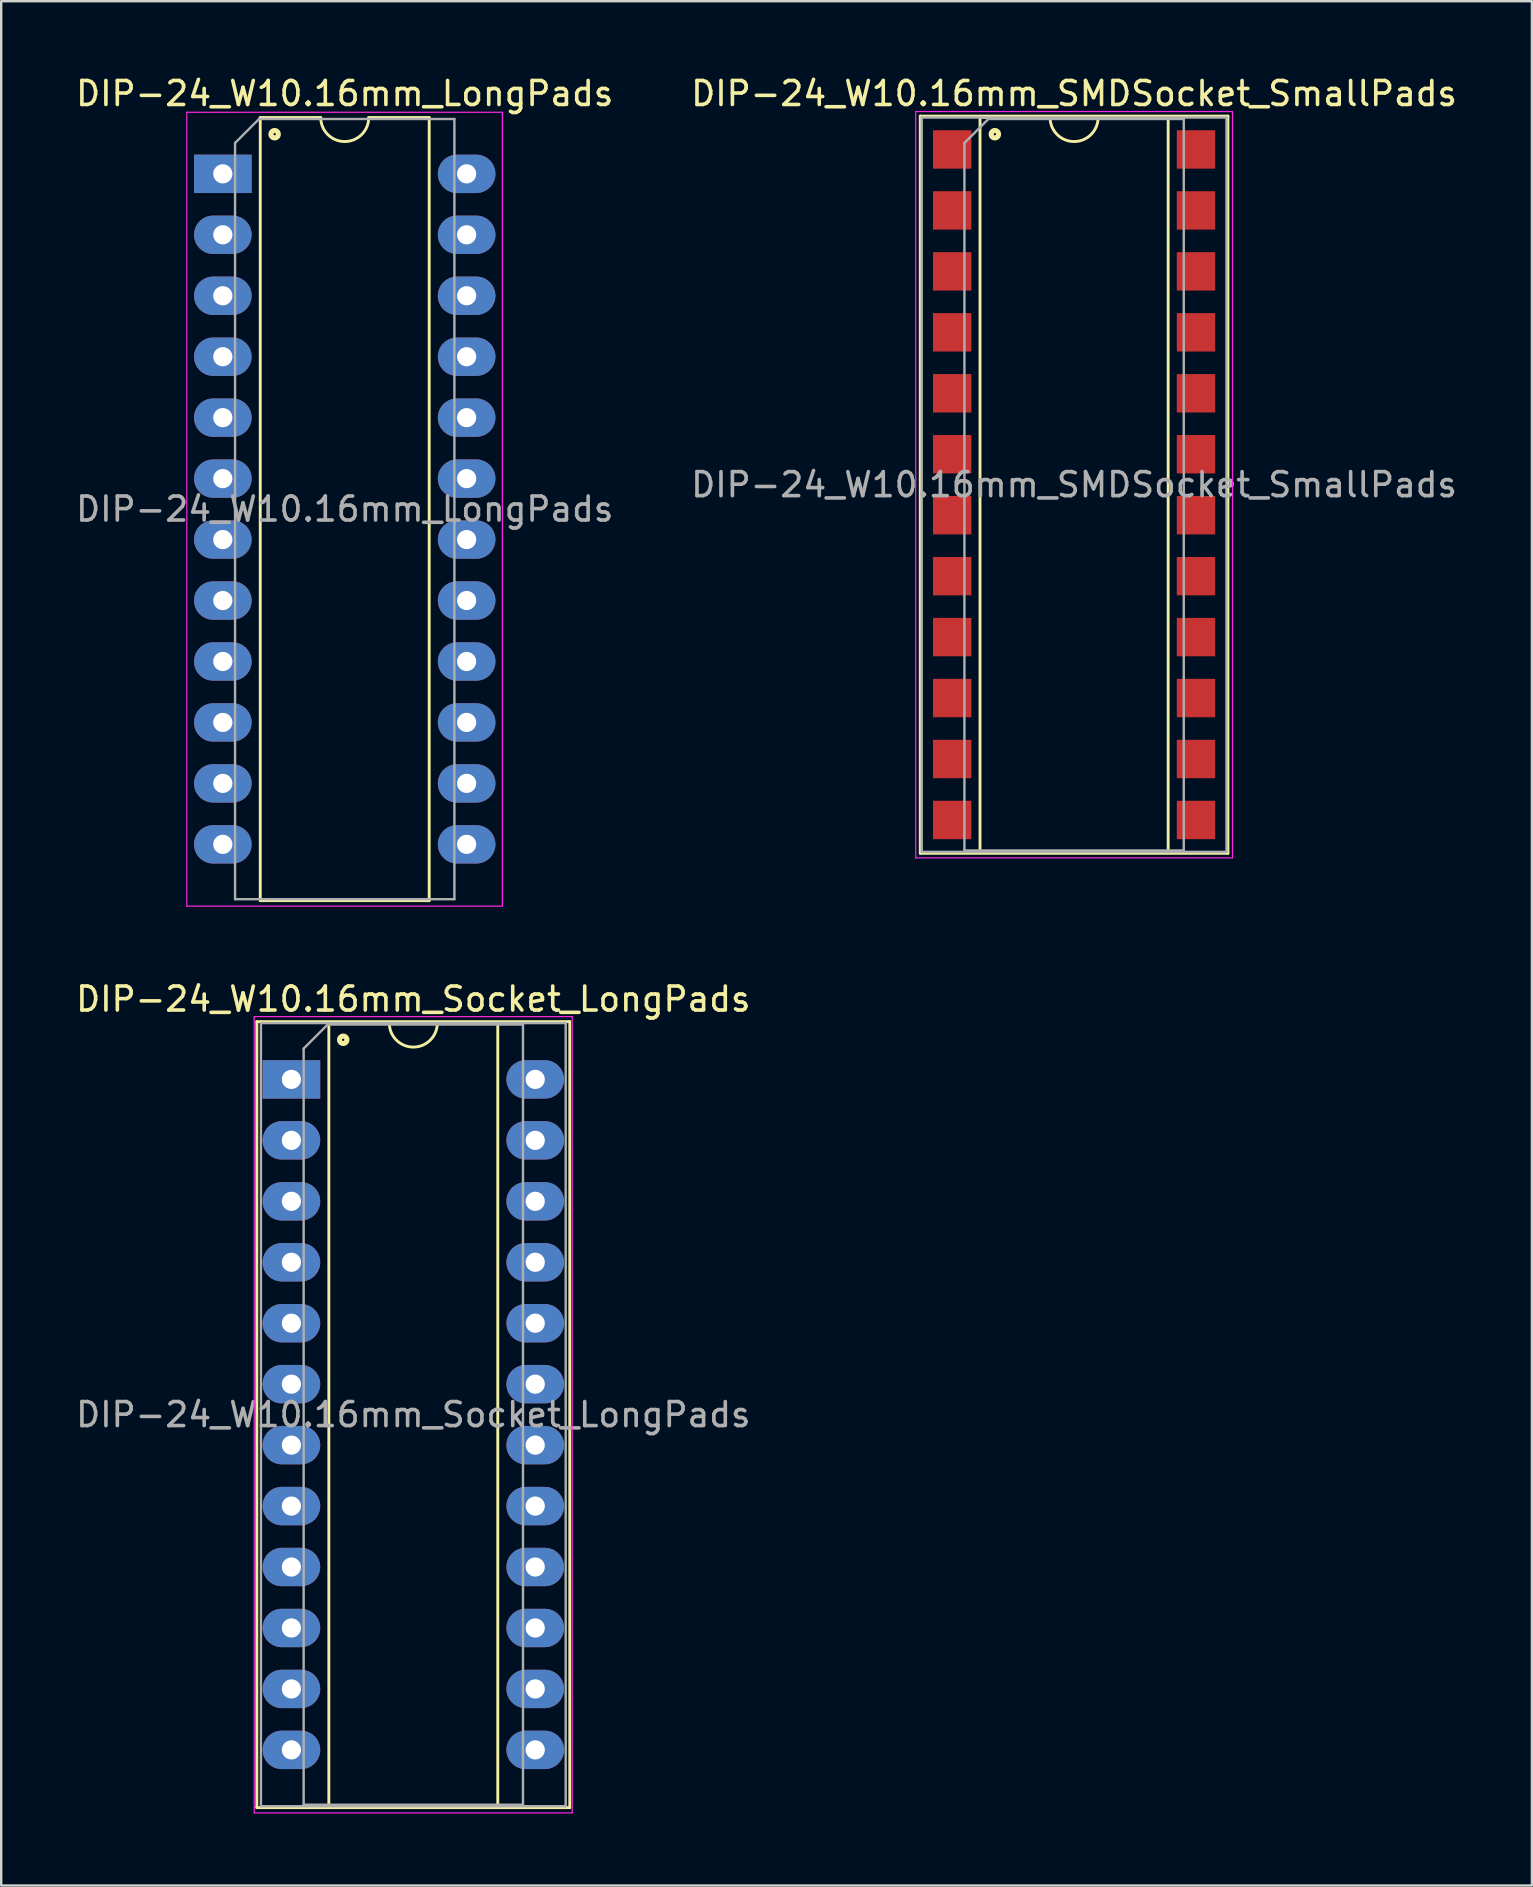
<source format=kicad_pcb>
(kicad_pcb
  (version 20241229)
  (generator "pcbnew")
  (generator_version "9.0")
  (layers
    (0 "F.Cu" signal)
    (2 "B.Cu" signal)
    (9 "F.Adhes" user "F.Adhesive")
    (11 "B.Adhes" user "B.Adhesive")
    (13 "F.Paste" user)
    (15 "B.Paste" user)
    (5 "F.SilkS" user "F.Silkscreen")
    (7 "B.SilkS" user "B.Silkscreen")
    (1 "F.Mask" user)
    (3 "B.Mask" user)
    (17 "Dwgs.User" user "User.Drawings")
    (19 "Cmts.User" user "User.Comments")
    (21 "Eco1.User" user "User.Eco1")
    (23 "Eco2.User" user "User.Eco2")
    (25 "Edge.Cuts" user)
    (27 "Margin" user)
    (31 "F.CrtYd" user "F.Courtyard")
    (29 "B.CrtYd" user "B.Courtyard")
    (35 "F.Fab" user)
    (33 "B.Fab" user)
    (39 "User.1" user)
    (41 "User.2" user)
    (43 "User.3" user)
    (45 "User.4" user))
  (footprint "DIP-24_W10.16mm_SMDSocket_SmallPads"
    (layer "F.Cu")
    (at 41.708 17.148)
    (property "Reference" "DIP-24_W10.16mm_SMDSocket_SmallPads" (at 0 -16.3 0) (layer "F.SilkS") (effects (font (size 1 1) (thickness 0.15))))
    (attr smd)
    (fp_line (start -6.41 -15.36) (end -6.41 15.36) (stroke (width 0.12) (type solid)) (layer "F.SilkS"))
    (fp_line (start -6.41 15.36) (end 6.41 15.36) (stroke (width 0.12) (type solid)) (layer "F.SilkS"))
    (fp_line (start -3.92 -15.3) (end -3.92 15.3) (stroke (width 0.12) (type solid)) (layer "F.SilkS"))
    (fp_line (start -3.92 15.3) (end 3.92 15.3) (stroke (width 0.12) (type solid)) (layer "F.SilkS"))
    (fp_line (start -1 -15.3) (end -3.92 -15.3) (stroke (width 0.12) (type solid)) (layer "F.SilkS"))
    (fp_line (start 3.92 -15.3) (end 1 -15.3) (stroke (width 0.12) (type solid)) (layer "F.SilkS"))
    (fp_line (start 3.92 15.3) (end 3.92 -15.3) (stroke (width 0.12) (type solid)) (layer "F.SilkS"))
    (fp_line (start 6.41 -15.36) (end -6.41 -15.36) (stroke (width 0.12) (type solid)) (layer "F.SilkS"))
    (fp_line (start 6.41 15.36) (end 6.41 -15.36) (stroke (width 0.12) (type solid)) (layer "F.SilkS"))
    (fp_arc (start 1 -15.3) (mid 0 -14.3) (end -1 -15.3) (stroke (width 0.12) (type solid)) (layer "F.SilkS"))
    (fp_circle (center -3.302 -14.605) (end -3.252 -14.605) (stroke (width 0.12) (type solid)) (fill no) (layer "F.SilkS"))
    (fp_circle (center -3.302 -14.605) (end -3.177 -14.605) (stroke (width 0.12) (type solid)) (fill no) (layer "F.SilkS"))
    (fp_circle (center -3.302 -14.605) (end -3.102 -14.605) (stroke (width 0.12) (type solid)) (fill no) (layer "F.SilkS"))
    (fp_line (start -6.6 -15.55) (end -6.6 15.55) (stroke (width 0.05) (type solid)) (layer "F.CrtYd"))
    (fp_line (start -6.6 15.55) (end 6.6 15.55) (stroke (width 0.05) (type solid)) (layer "F.CrtYd"))
    (fp_line (start 6.6 -15.55) (end -6.6 -15.55) (stroke (width 0.05) (type solid)) (layer "F.CrtYd"))
    (fp_line (start 6.6 15.55) (end 6.6 -15.55) (stroke (width 0.05) (type solid)) (layer "F.CrtYd"))
    (fp_line (start -6.35 -15.3) (end -6.35 15.3) (stroke (width 0.1) (type solid)) (layer "F.Fab"))
    (fp_line (start -6.35 15.3) (end 6.35 15.3) (stroke (width 0.1) (type solid)) (layer "F.Fab"))
    (fp_line (start -4.57 -14.24) (end -3.57 -15.24) (stroke (width 0.1) (type solid)) (layer "F.Fab"))
    (fp_line (start -4.57 15.24) (end -4.57 -14.24) (stroke (width 0.1) (type solid)) (layer "F.Fab"))
    (fp_line (start -3.57 -15.24) (end 4.57 -15.24) (stroke (width 0.1) (type solid)) (layer "F.Fab"))
    (fp_line (start 4.57 -15.24) (end 4.57 15.24) (stroke (width 0.1) (type solid)) (layer "F.Fab"))
    (fp_line (start 4.57 15.24) (end -4.57 15.24) (stroke (width 0.1) (type solid)) (layer "F.Fab"))
    (fp_line (start 6.35 -15.3) (end -6.35 -15.3) (stroke (width 0.1) (type solid)) (layer "F.Fab"))
    (fp_line (start 6.35 15.3) (end 6.35 -15.3) (stroke (width 0.1) (type solid)) (layer "F.Fab"))
    (fp_text user "${REFERENCE}" (at 0 0 0) (layer "F.Fab") (effects (font (size 1 1) (thickness 0.15))))
    (pad "1" smd rect (at -5.08 -13.97) (size 1.6 1.6) (layers "F.Cu" "F.Mask" "F.Paste"))
    (pad "2" smd rect (at -5.08 -11.43) (size 1.6 1.6) (layers "F.Cu" "F.Mask" "F.Paste"))
    (pad "3" smd rect (at -5.08 -8.89) (size 1.6 1.6) (layers "F.Cu" "F.Mask" "F.Paste"))
    (pad "4" smd rect (at -5.08 -6.35) (size 1.6 1.6) (layers "F.Cu" "F.Mask" "F.Paste"))
    (pad "5" smd rect (at -5.08 -3.81) (size 1.6 1.6) (layers "F.Cu" "F.Mask" "F.Paste"))
    (pad "6" smd rect (at -5.08 -1.27) (size 1.6 1.6) (layers "F.Cu" "F.Mask" "F.Paste"))
    (pad "7" smd rect (at -5.08 1.27) (size 1.6 1.6) (layers "F.Cu" "F.Mask" "F.Paste"))
    (pad "8" smd rect (at -5.08 3.81) (size 1.6 1.6) (layers "F.Cu" "F.Mask" "F.Paste"))
    (pad "9" smd rect (at -5.08 6.35) (size 1.6 1.6) (layers "F.Cu" "F.Mask" "F.Paste"))
    (pad "10" smd rect (at -5.08 8.89) (size 1.6 1.6) (layers "F.Cu" "F.Mask" "F.Paste"))
    (pad "11" smd rect (at -5.08 11.43) (size 1.6 1.6) (layers "F.Cu" "F.Mask" "F.Paste"))
    (pad "12" smd rect (at -5.08 13.97) (size 1.6 1.6) (layers "F.Cu" "F.Mask" "F.Paste"))
    (pad "13" smd rect (at 5.08 13.97) (size 1.6 1.6) (layers "F.Cu" "F.Mask" "F.Paste"))
    (pad "14" smd rect (at 5.08 11.43) (size 1.6 1.6) (layers "F.Cu" "F.Mask" "F.Paste"))
    (pad "15" smd rect (at 5.08 8.89) (size 1.6 1.6) (layers "F.Cu" "F.Mask" "F.Paste"))
    (pad "16" smd rect (at 5.08 6.35) (size 1.6 1.6) (layers "F.Cu" "F.Mask" "F.Paste"))
    (pad "17" smd rect (at 5.08 3.81) (size 1.6 1.6) (layers "F.Cu" "F.Mask" "F.Paste"))
    (pad "18" smd rect (at 5.08 1.27) (size 1.6 1.6) (layers "F.Cu" "F.Mask" "F.Paste"))
    (pad "19" smd rect (at 5.08 -1.27) (size 1.6 1.6) (layers "F.Cu" "F.Mask" "F.Paste"))
    (pad "20" smd rect (at 5.08 -3.81) (size 1.6 1.6) (layers "F.Cu" "F.Mask" "F.Paste"))
    (pad "21" smd rect (at 5.08 -6.35) (size 1.6 1.6) (layers "F.Cu" "F.Mask" "F.Paste"))
    (pad "22" smd rect (at 5.08 -8.89) (size 1.6 1.6) (layers "F.Cu" "F.Mask" "F.Paste"))
    (pad "23" smd rect (at 5.08 -11.43) (size 1.6 1.6) (layers "F.Cu" "F.Mask" "F.Paste"))
    (pad "24" smd rect (at 5.08 -13.97) (size 1.6 1.6) (layers "F.Cu" "F.Mask" "F.Paste")))
  (footprint "DIP-24_W10.16mm_Socket_LongPads"
    (layer "F.Cu")
    (at 9.093 41.929)
    (property "Reference" "DIP-24_W10.16mm_Socket_LongPads" (at 5.08 -3.346 0) (layer "F.SilkS") (effects (font (size 1 1) (thickness 0.15))))
    (attr through_hole)
    (fp_line (start -1.44 -2.406) (end -1.44 30.346) (stroke (width 0.12) (type solid)) (layer "F.SilkS"))
    (fp_line (start -1.44 30.346) (end 11.6 30.346) (stroke (width 0.12) (type solid)) (layer "F.SilkS"))
    (fp_line (start 1.56 -2.346) (end 1.56 30.286) (stroke (width 0.12) (type solid)) (layer "F.SilkS"))
    (fp_line (start 1.56 30.286) (end 8.6 30.286) (stroke (width 0.12) (type solid)) (layer "F.SilkS"))
    (fp_line (start 4.08 -2.346) (end 1.56 -2.346) (stroke (width 0.12) (type solid)) (layer "F.SilkS"))
    (fp_line (start 8.6 -2.346) (end 6.08 -2.346) (stroke (width 0.12) (type solid)) (layer "F.SilkS"))
    (fp_line (start 8.6 30.286) (end 8.6 -2.346) (stroke (width 0.12) (type solid)) (layer "F.SilkS"))
    (fp_line (start 11.6 -2.406) (end -1.44 -2.406) (stroke (width 0.12) (type solid)) (layer "F.SilkS"))
    (fp_line (start 11.6 30.346) (end 11.6 -2.406) (stroke (width 0.12) (type solid)) (layer "F.SilkS"))
    (fp_arc (start 6.08 -2.346) (mid 5.08 -1.346) (end 4.08 -2.346) (stroke (width 0.12) (type solid)) (layer "F.SilkS"))
    (fp_circle (center 2.159 -1.651) (end 2.209 -1.651) (stroke (width 0.12) (type solid)) (fill no) (layer "F.SilkS"))
    (fp_circle (center 2.159 -1.651) (end 2.284 -1.651) (stroke (width 0.12) (type solid)) (fill no) (layer "F.SilkS"))
    (fp_circle (center 2.159 -1.651) (end 2.359 -1.651) (stroke (width 0.12) (type solid)) (fill no) (layer "F.SilkS"))
    (fp_line (start -1.55 -2.616) (end -1.55 30.566) (stroke (width 0.05) (type solid)) (layer "F.CrtYd"))
    (fp_line (start -1.55 30.566) (end 11.7 30.566) (stroke (width 0.05) (type solid)) (layer "F.CrtYd"))
    (fp_line (start 11.7 -2.616) (end -1.55 -2.616) (stroke (width 0.05) (type solid)) (layer "F.CrtYd"))
    (fp_line (start 11.7 30.566) (end 11.7 -2.616) (stroke (width 0.05) (type solid)) (layer "F.CrtYd"))
    (fp_line (start -1.27 -2.346) (end -1.27 30.286) (stroke (width 0.1) (type solid)) (layer "F.Fab"))
    (fp_line (start -1.27 30.286) (end 11.43 30.286) (stroke (width 0.1) (type solid)) (layer "F.Fab"))
    (fp_line (start 0.51 -1.286) (end 1.51 -2.286) (stroke (width 0.1) (type solid)) (layer "F.Fab"))
    (fp_line (start 0.51 30.226) (end 0.51 -1.286) (stroke (width 0.1) (type solid)) (layer "F.Fab"))
    (fp_line (start 1.51 -2.286) (end 9.65 -2.286) (stroke (width 0.1) (type solid)) (layer "F.Fab"))
    (fp_line (start 9.65 -2.286) (end 9.65 30.226) (stroke (width 0.1) (type solid)) (layer "F.Fab"))
    (fp_line (start 9.65 30.226) (end 0.51 30.226) (stroke (width 0.1) (type solid)) (layer "F.Fab"))
    (fp_line (start 11.43 -2.346) (end -1.27 -2.346) (stroke (width 0.1) (type solid)) (layer "F.Fab"))
    (fp_line (start 11.43 30.286) (end 11.43 -2.346) (stroke (width 0.1) (type solid)) (layer "F.Fab"))
    (fp_text user "${REFERENCE}" (at 5.08 13.97 0) (layer "F.Fab") (effects (font (size 1 1) (thickness 0.15))))
    (pad "1" thru_hole rect (at 0 0) (size 2.4 1.6) (drill 0.8) (layers "*.Cu" "*.Mask"))
    (pad "2" thru_hole oval (at 0 2.54) (size 2.4 1.6) (drill 0.8) (layers "*.Cu" "*.Mask"))
    (pad "3" thru_hole oval (at 0 5.08) (size 2.4 1.6) (drill 0.8) (layers "*.Cu" "*.Mask"))
    (pad "4" thru_hole oval (at 0 7.62) (size 2.4 1.6) (drill 0.8) (layers "*.Cu" "*.Mask"))
    (pad "5" thru_hole oval (at 0 10.16) (size 2.4 1.6) (drill 0.8) (layers "*.Cu" "*.Mask"))
    (pad "6" thru_hole oval (at 0 12.7) (size 2.4 1.6) (drill 0.8) (layers "*.Cu" "*.Mask"))
    (pad "7" thru_hole oval (at 0 15.24) (size 2.4 1.6) (drill 0.8) (layers "*.Cu" "*.Mask"))
    (pad "8" thru_hole oval (at 0 17.78) (size 2.4 1.6) (drill 0.8) (layers "*.Cu" "*.Mask"))
    (pad "9" thru_hole oval (at 0 20.32) (size 2.4 1.6) (drill 0.8) (layers "*.Cu" "*.Mask"))
    (pad "10" thru_hole oval (at 0 22.86) (size 2.4 1.6) (drill 0.8) (layers "*.Cu" "*.Mask"))
    (pad "11" thru_hole oval (at 0 25.4) (size 2.4 1.6) (drill 0.8) (layers "*.Cu" "*.Mask"))
    (pad "12" thru_hole oval (at 0 27.94) (size 2.4 1.6) (drill 0.8) (layers "*.Cu" "*.Mask"))
    (pad "13" thru_hole oval (at 10.16 27.94) (size 2.4 1.6) (drill 0.8) (layers "*.Cu" "*.Mask"))
    (pad "14" thru_hole oval (at 10.16 25.4) (size 2.4 1.6) (drill 0.8) (layers "*.Cu" "*.Mask"))
    (pad "15" thru_hole oval (at 10.16 22.86) (size 2.4 1.6) (drill 0.8) (layers "*.Cu" "*.Mask"))
    (pad "16" thru_hole oval (at 10.16 20.32) (size 2.4 1.6) (drill 0.8) (layers "*.Cu" "*.Mask"))
    (pad "17" thru_hole oval (at 10.16 17.78) (size 2.4 1.6) (drill 0.8) (layers "*.Cu" "*.Mask"))
    (pad "18" thru_hole oval (at 10.16 15.24) (size 2.4 1.6) (drill 0.8) (layers "*.Cu" "*.Mask"))
    (pad "19" thru_hole oval (at 10.16 12.7) (size 2.4 1.6) (drill 0.8) (layers "*.Cu" "*.Mask"))
    (pad "20" thru_hole oval (at 10.16 10.16) (size 2.4 1.6) (drill 0.8) (layers "*.Cu" "*.Mask"))
    (pad "21" thru_hole oval (at 10.16 7.62) (size 2.4 1.6) (drill 0.8) (layers "*.Cu" "*.Mask"))
    (pad "22" thru_hole oval (at 10.16 5.08) (size 2.4 1.6) (drill 0.8) (layers "*.Cu" "*.Mask"))
    (pad "23" thru_hole oval (at 10.16 2.54) (size 2.4 1.6) (drill 0.8) (layers "*.Cu" "*.Mask"))
    (pad "24" thru_hole oval (at 10.16 0) (size 2.4 1.6) (drill 0.8) (layers "*.Cu" "*.Mask")))
  (footprint "DIP-24_W10.16mm_LongPads"
    (layer "F.Cu")
    (at 6.235 4.194)
    (property "Reference" "DIP-24_W10.16mm_LongPads" (at 5.08 -3.346 0) (layer "F.SilkS") (effects (font (size 1 1) (thickness 0.15))))
    (attr through_hole)
    (fp_line (start 1.56 -2.346) (end 1.56 30.286) (stroke (width 0.12) (type solid)) (layer "F.SilkS"))
    (fp_line (start 1.56 30.286) (end 8.6 30.286) (stroke (width 0.12) (type solid)) (layer "F.SilkS"))
    (fp_line (start 4.08 -2.346) (end 1.56 -2.346) (stroke (width 0.12) (type solid)) (layer "F.SilkS"))
    (fp_line (start 8.6 -2.346) (end 6.08 -2.346) (stroke (width 0.12) (type solid)) (layer "F.SilkS"))
    (fp_line (start 8.6 30.286) (end 8.6 -2.346) (stroke (width 0.12) (type solid)) (layer "F.SilkS"))
    (fp_arc (start 6.08 -2.346) (mid 5.08 -1.346) (end 4.08 -2.346) (stroke (width 0.12) (type solid)) (layer "F.SilkS"))
    (fp_circle (center 2.159 -1.651) (end 2.209 -1.651) (stroke (width 0.12) (type solid)) (fill no) (layer "F.SilkS"))
    (fp_circle (center 2.159 -1.651) (end 2.284 -1.651) (stroke (width 0.12) (type solid)) (fill no) (layer "F.SilkS"))
    (fp_circle (center 2.159 -1.651) (end 2.359 -1.651) (stroke (width 0.12) (type solid)) (fill no) (layer "F.SilkS"))
    (fp_line (start -1.5 -2.566) (end -1.5 30.516) (stroke (width 0.05) (type solid)) (layer "F.CrtYd"))
    (fp_line (start -1.5 30.516) (end 11.65 30.516) (stroke (width 0.05) (type solid)) (layer "F.CrtYd"))
    (fp_line (start 11.65 -2.566) (end -1.5 -2.566) (stroke (width 0.05) (type solid)) (layer "F.CrtYd"))
    (fp_line (start 11.65 30.516) (end 11.65 -2.566) (stroke (width 0.05) (type solid)) (layer "F.CrtYd"))
    (fp_line (start 0.51 -1.286) (end 1.51 -2.286) (stroke (width 0.1) (type solid)) (layer "F.Fab"))
    (fp_line (start 0.51 30.226) (end 0.51 -1.286) (stroke (width 0.1) (type solid)) (layer "F.Fab"))
    (fp_line (start 1.51 -2.286) (end 9.65 -2.286) (stroke (width 0.1) (type solid)) (layer "F.Fab"))
    (fp_line (start 9.65 -2.286) (end 9.65 30.226) (stroke (width 0.1) (type solid)) (layer "F.Fab"))
    (fp_line (start 9.65 30.226) (end 0.51 30.226) (stroke (width 0.1) (type solid)) (layer "F.Fab"))
    (fp_text user "${REFERENCE}" (at 5.08 13.97 0) (layer "F.Fab") (effects (font (size 1 1) (thickness 0.15))))
    (pad "1" thru_hole rect (at 0 0) (size 2.4 1.6) (drill 0.8) (layers "*.Cu" "*.Mask"))
    (pad "2" thru_hole oval (at 0 2.54) (size 2.4 1.6) (drill 0.8) (layers "*.Cu" "*.Mask"))
    (pad "3" thru_hole oval (at 0 5.08) (size 2.4 1.6) (drill 0.8) (layers "*.Cu" "*.Mask"))
    (pad "4" thru_hole oval (at 0 7.62) (size 2.4 1.6) (drill 0.8) (layers "*.Cu" "*.Mask"))
    (pad "5" thru_hole oval (at 0 10.16) (size 2.4 1.6) (drill 0.8) (layers "*.Cu" "*.Mask"))
    (pad "6" thru_hole oval (at 0 12.7) (size 2.4 1.6) (drill 0.8) (layers "*.Cu" "*.Mask"))
    (pad "7" thru_hole oval (at 0 15.24) (size 2.4 1.6) (drill 0.8) (layers "*.Cu" "*.Mask"))
    (pad "8" thru_hole oval (at 0 17.78) (size 2.4 1.6) (drill 0.8) (layers "*.Cu" "*.Mask"))
    (pad "9" thru_hole oval (at 0 20.32) (size 2.4 1.6) (drill 0.8) (layers "*.Cu" "*.Mask"))
    (pad "10" thru_hole oval (at 0 22.86) (size 2.4 1.6) (drill 0.8) (layers "*.Cu" "*.Mask"))
    (pad "11" thru_hole oval (at 0 25.4) (size 2.4 1.6) (drill 0.8) (layers "*.Cu" "*.Mask"))
    (pad "12" thru_hole oval (at 0 27.94) (size 2.4 1.6) (drill 0.8) (layers "*.Cu" "*.Mask"))
    (pad "13" thru_hole oval (at 10.16 27.94) (size 2.4 1.6) (drill 0.8) (layers "*.Cu" "*.Mask"))
    (pad "14" thru_hole oval (at 10.16 25.4) (size 2.4 1.6) (drill 0.8) (layers "*.Cu" "*.Mask"))
    (pad "15" thru_hole oval (at 10.16 22.86) (size 2.4 1.6) (drill 0.8) (layers "*.Cu" "*.Mask"))
    (pad "16" thru_hole oval (at 10.16 20.32) (size 2.4 1.6) (drill 0.8) (layers "*.Cu" "*.Mask"))
    (pad "17" thru_hole oval (at 10.16 17.78) (size 2.4 1.6) (drill 0.8) (layers "*.Cu" "*.Mask"))
    (pad "18" thru_hole oval (at 10.16 15.24) (size 2.4 1.6) (drill 0.8) (layers "*.Cu" "*.Mask"))
    (pad "19" thru_hole oval (at 10.16 12.7) (size 2.4 1.6) (drill 0.8) (layers "*.Cu" "*.Mask"))
    (pad "20" thru_hole oval (at 10.16 10.16) (size 2.4 1.6) (drill 0.8) (layers "*.Cu" "*.Mask"))
    (pad "21" thru_hole oval (at 10.16 7.62) (size 2.4 1.6) (drill 0.8) (layers "*.Cu" "*.Mask"))
    (pad "22" thru_hole oval (at 10.16 5.08) (size 2.4 1.6) (drill 0.8) (layers "*.Cu" "*.Mask"))
    (pad "23" thru_hole oval (at 10.16 2.54) (size 2.4 1.6) (drill 0.8) (layers "*.Cu" "*.Mask"))
    (pad "24" thru_hole oval (at 10.16 0) (size 2.4 1.6) (drill 0.8) (layers "*.Cu" "*.Mask")))
  (gr_rect
    (start -3 -3)
    (end 60.786 75.52)
    (stroke (width 0.1) (type default))
    (fill no)
    (layer "Edge.Cuts")))
</source>
